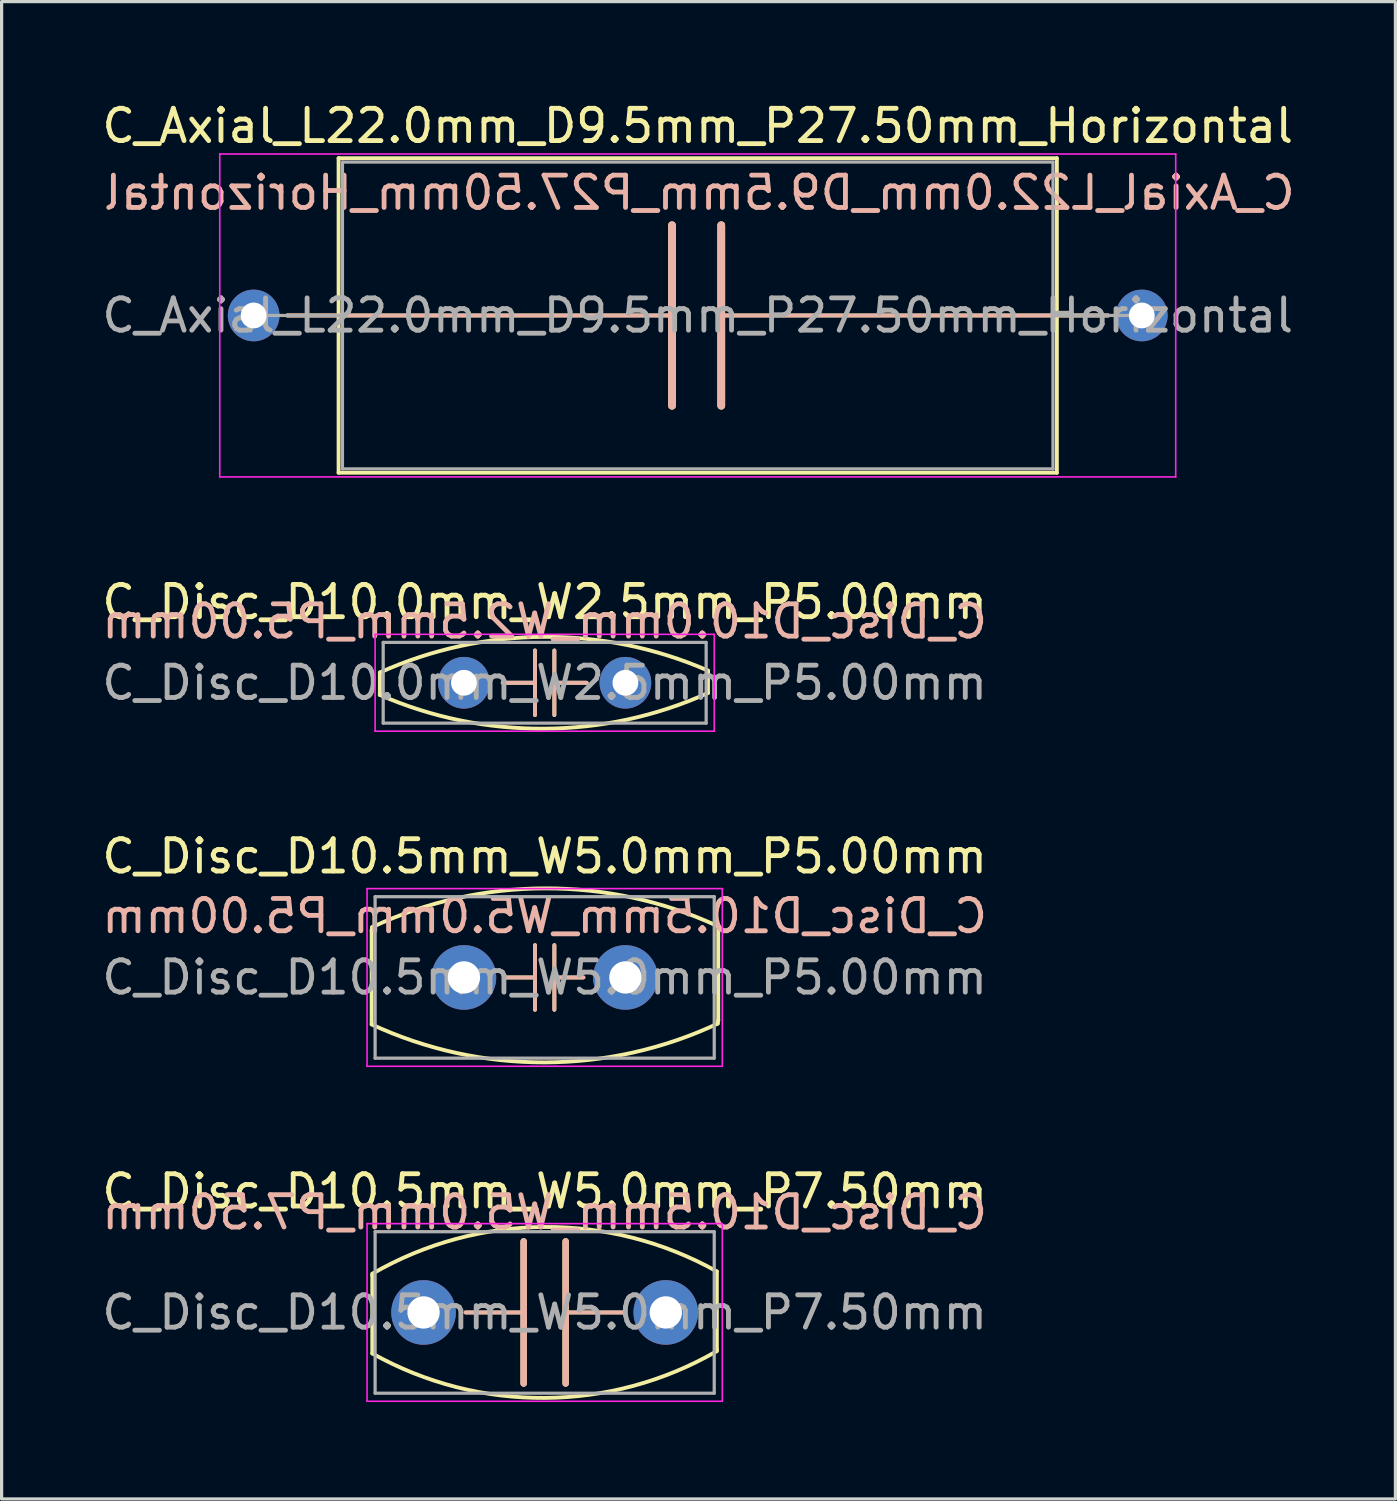
<source format=kicad_pcb>
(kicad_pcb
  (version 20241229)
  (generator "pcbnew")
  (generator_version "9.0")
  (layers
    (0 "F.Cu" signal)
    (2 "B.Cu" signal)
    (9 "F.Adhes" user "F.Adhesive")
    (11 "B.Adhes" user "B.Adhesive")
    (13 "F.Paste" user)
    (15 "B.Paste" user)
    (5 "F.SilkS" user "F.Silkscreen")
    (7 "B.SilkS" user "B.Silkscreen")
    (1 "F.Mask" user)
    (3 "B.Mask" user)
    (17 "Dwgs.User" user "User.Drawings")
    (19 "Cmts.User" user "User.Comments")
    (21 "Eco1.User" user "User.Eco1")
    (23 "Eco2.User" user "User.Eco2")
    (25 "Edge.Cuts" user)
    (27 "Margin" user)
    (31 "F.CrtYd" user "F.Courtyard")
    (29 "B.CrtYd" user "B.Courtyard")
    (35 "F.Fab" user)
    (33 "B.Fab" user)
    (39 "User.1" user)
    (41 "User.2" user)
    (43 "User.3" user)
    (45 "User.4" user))
  (footprint "C_Disc_D10.5mm_W5.0mm_P7.50mm"
    (layer "F.Cu")
    (at 10.065 37.588)
    (property "Reference" "C_Disc_D10.5mm_W5.0mm_P7.50mm" (at 3.75 -3.75 0) (layer "F.SilkS") (effects (font (size 1 1) (thickness 0.15))))
    (fp_line (start -1.587 -1.143) (end -1.584 -1.2) (stroke (width 0.12) (type solid)) (layer "F.SilkS"))
    (fp_line (start -1.587 1.27) (end -1.587 -1.143) (stroke (width 0.12) (type solid)) (layer "F.SilkS"))
    (fp_line (start 1.3 0) (end 3.1 0) (stroke (width 0.12) (type solid)) (layer "F.SilkS"))
    (fp_line (start 3.1 0) (end 3.1 -2.2) (stroke (width 0.2) (type solid)) (layer "F.SilkS"))
    (fp_line (start 3.1 0) (end 3.1 2.2) (stroke (width 0.2) (type solid)) (layer "F.SilkS"))
    (fp_line (start 4.4 0) (end 4.4 -2.2) (stroke (width 0.2) (type solid)) (layer "F.SilkS"))
    (fp_line (start 4.4 0) (end 4.4 2.2) (stroke (width 0.2) (type solid)) (layer "F.SilkS"))
    (fp_line (start 4.4 0) (end 6.2 0) (stroke (width 0.12) (type solid)) (layer "F.SilkS"))
    (fp_line (start 9.081 -1.27) (end 9.081 1.143) (stroke (width 0.12) (type solid)) (layer "F.SilkS"))
    (fp_line (start 9.081 1.143) (end 9.077 1.2) (stroke (width 0.12) (type solid)) (layer "F.SilkS"))
    (fp_arc (start -1.583661 -1.19986) (mid 3.739134 -2.646764) (end 9.0805 -1.27) (stroke (width 0.12) (type solid)) (layer "F.SilkS"))
    (fp_arc (start 9.076661 1.19986) (mid 3.753866 2.646764) (end -1.5875 1.27) (stroke (width 0.12) (type solid)) (layer "F.SilkS"))
    (fp_line (start 1.3 0) (end 3.048 0) (stroke (width 0.12) (type solid)) (layer "B.SilkS"))
    (fp_line (start 3.1 0) (end 3.1 -2.2) (stroke (width 0.2) (type solid)) (layer "B.SilkS"))
    (fp_line (start 3.1 0) (end 3.1 2.2) (stroke (width 0.2) (type solid)) (layer "B.SilkS"))
    (fp_line (start 4.4 0) (end 4.4 -2.2) (stroke (width 0.2) (type solid)) (layer "B.SilkS"))
    (fp_line (start 4.4 0) (end 4.4 2.2) (stroke (width 0.2) (type solid)) (layer "B.SilkS"))
    (fp_line (start 4.445 0) (end 6.2 0) (stroke (width 0.12) (type solid)) (layer "B.SilkS"))
    (fp_line (start -1.75 -2.75) (end -1.75 2.75) (stroke (width 0.05) (type solid)) (layer "F.CrtYd"))
    (fp_line (start -1.75 2.75) (end 9.25 2.75) (stroke (width 0.05) (type solid)) (layer "F.CrtYd"))
    (fp_line (start 9.25 -2.75) (end -1.75 -2.75) (stroke (width 0.05) (type solid)) (layer "F.CrtYd"))
    (fp_line (start 9.25 2.75) (end 9.25 -2.75) (stroke (width 0.05) (type solid)) (layer "F.CrtYd"))
    (fp_line (start -1.5 -2.5) (end -1.5 2.5) (stroke (width 0.1) (type solid)) (layer "F.Fab"))
    (fp_line (start -1.5 2.5) (end 9 2.5) (stroke (width 0.1) (type solid)) (layer "F.Fab"))
    (fp_line (start 9 -2.5) (end -1.5 -2.5) (stroke (width 0.1) (type solid)) (layer "F.Fab"))
    (fp_line (start 9 2.5) (end 9 -2.5) (stroke (width 0.1) (type solid)) (layer "F.Fab"))
    (fp_text user "${REFERENCE}" (at 3.75 -3.1 0) (layer "B.SilkS") (effects (font (size 1 1) (thickness 0.15)) (justify mirror)))
    (fp_text user "${REFERENCE}" (at 3.75 0 0) (layer "F.Fab") (effects (font (size 1 1) (thickness 0.15))))
    (pad "1" thru_hole circle (at 0 0) (size 2 2) (drill 1) (layers "*.Cu" "*.Mask"))
    (pad "2" thru_hole circle (at 7.5 0) (size 2 2) (drill 1) (layers "*.Cu" "*.Mask")))
  (footprint "C_Axial_L22.0mm_D9.5mm_P27.50mm_Horizontal"
    (layer "F.Cu")
    (at 4.804 6.718)
    (property "Reference" "C_Axial_L22.0mm_D9.5mm_P27.50mm_Horizontal" (at 13.75 -5.87 0) (layer "F.SilkS") (effects (font (size 1 1) (thickness 0.15))))
    (fp_line (start 1.04 0) (end 2.63 0) (stroke (width 0.12) (type solid)) (layer "F.SilkS"))
    (fp_line (start 2.63 -4.87) (end 2.63 4.87) (stroke (width 0.12) (type solid)) (layer "F.SilkS"))
    (fp_line (start 2.63 0) (end 12.954 0) (stroke (width 0.12) (type solid)) (layer "F.SilkS"))
    (fp_line (start 2.63 4.87) (end 24.87 4.87) (stroke (width 0.12) (type solid)) (layer "F.SilkS"))
    (fp_line (start 12.954 -2.794) (end 12.954 2.794) (stroke (width 0.24) (type solid)) (layer "F.SilkS"))
    (fp_line (start 14.478 2.794) (end 14.478 -2.794) (stroke (width 0.24) (type solid)) (layer "F.SilkS"))
    (fp_line (start 24.87 -4.87) (end 2.63 -4.87) (stroke (width 0.12) (type solid)) (layer "F.SilkS"))
    (fp_line (start 24.87 0) (end 14.478 0) (stroke (width 0.12) (type solid)) (layer "F.SilkS"))
    (fp_line (start 24.87 4.87) (end 24.87 -4.87) (stroke (width 0.12) (type solid)) (layer "F.SilkS"))
    (fp_line (start 26.46 0) (end 24.87 0) (stroke (width 0.12) (type solid)) (layer "F.SilkS"))
    (fp_line (start 1.04 0) (end 2.63 0) (stroke (width 0.12) (type solid)) (layer "B.SilkS"))
    (fp_line (start 2.63 0) (end 12.954 0) (stroke (width 0.12) (type solid)) (layer "B.SilkS"))
    (fp_line (start 12.954 2.794) (end 12.954 -2.794) (stroke (width 0.24) (type solid)) (layer "B.SilkS"))
    (fp_line (start 14.478 -2.794) (end 14.478 2.794) (stroke (width 0.24) (type solid)) (layer "B.SilkS"))
    (fp_line (start 24.87 0) (end 14.478 0) (stroke (width 0.12) (type solid)) (layer "B.SilkS"))
    (fp_line (start 26.46 0) (end 24.87 0) (stroke (width 0.12) (type solid)) (layer "B.SilkS"))
    (fp_line (start -1.05 -5) (end -1.05 5) (stroke (width 0.05) (type solid)) (layer "F.CrtYd"))
    (fp_line (start -1.05 5) (end 28.55 5) (stroke (width 0.05) (type solid)) (layer "F.CrtYd"))
    (fp_line (start 28.55 -5) (end -1.05 -5) (stroke (width 0.05) (type solid)) (layer "F.CrtYd"))
    (fp_line (start 28.55 5) (end 28.55 -5) (stroke (width 0.05) (type solid)) (layer "F.CrtYd"))
    (fp_line (start 0 0) (end 2.75 0) (stroke (width 0.1) (type solid)) (layer "F.Fab"))
    (fp_line (start 2.75 -4.75) (end 2.75 4.75) (stroke (width 0.1) (type solid)) (layer "F.Fab"))
    (fp_line (start 2.75 4.75) (end 24.75 4.75) (stroke (width 0.1) (type solid)) (layer "F.Fab"))
    (fp_line (start 24.75 -4.75) (end 2.75 -4.75) (stroke (width 0.1) (type solid)) (layer "F.Fab"))
    (fp_line (start 24.75 4.75) (end 24.75 -4.75) (stroke (width 0.1) (type solid)) (layer "F.Fab"))
    (fp_line (start 27.5 0) (end 24.75 0) (stroke (width 0.1) (type solid)) (layer "F.Fab"))
    (fp_text user "${REFERENCE}" (at 13.8 -3.8 0) (layer "B.SilkS") (effects (font (size 1 1) (thickness 0.15)) (justify mirror)))
    (fp_text user "${REFERENCE}" (at 13.75 0 0) (layer "F.Fab") (effects (font (size 1 1) (thickness 0.15))))
    (pad "1" thru_hole circle (at 0 0) (size 1.6 1.6) (drill 0.8) (layers "*.Cu" "*.Mask"))
    (pad "2" thru_hole oval (at 27.5 0) (size 1.6 1.6) (drill 0.8) (layers "*.Cu" "*.Mask")))
  (footprint "C_Disc_D10.0mm_W2.5mm_P5.00mm"
    (layer "F.Cu")
    (at 11.315 18.091)
    (property "Reference" "C_Disc_D10.0mm_W2.5mm_P5.00mm" (at 2.5 -2.5 0) (layer "F.SilkS") (effects (font (size 1 1) (thickness 0.15))))
    (fp_line (start -2.603 -0.318) (end -2.603 0.318) (stroke (width 0.12) (type solid)) (layer "F.SilkS"))
    (fp_line (start -2.603 0.318) (end -2.606 0.375) (stroke (width 0.12) (type solid)) (layer "F.SilkS"))
    (fp_line (start 1.2 0) (end 2.2 0) (stroke (width 0.12) (type solid)) (layer "F.SilkS"))
    (fp_line (start 2.2 0) (end 2.2 -1) (stroke (width 0.12) (type solid)) (layer "F.SilkS"))
    (fp_line (start 2.2 0) (end 2.2 1) (stroke (width 0.12) (type solid)) (layer "F.SilkS"))
    (fp_line (start 2.8 -1) (end 2.8 1) (stroke (width 0.12) (type solid)) (layer "F.SilkS"))
    (fp_line (start 2.8 0) (end 3.8 0) (stroke (width 0.12) (type solid)) (layer "F.SilkS"))
    (fp_line (start 7.556 -0.318) (end 7.559 -0.375) (stroke (width 0.12) (type solid)) (layer "F.SilkS"))
    (fp_line (start 7.556 0.318) (end 7.556 -0.318) (stroke (width 0.12) (type solid)) (layer "F.SilkS"))
    (fp_arc (start -2.6035 -0.3175) (mid 2.471769 -1.421854) (end 7.559206 -0.374987) (stroke (width 0.12) (type solid)) (layer "F.SilkS"))
    (fp_arc (start 7.5565 0.3175) (mid 2.481231 1.421854) (end -2.606206 0.374987) (stroke (width 0.12) (type solid)) (layer "F.SilkS"))
    (fp_line (start 1.2 0) (end 2.2 0) (stroke (width 0.12) (type solid)) (layer "B.SilkS"))
    (fp_line (start 2.2 0) (end 2.2 -1) (stroke (width 0.12) (type solid)) (layer "B.SilkS"))
    (fp_line (start 2.2 0) (end 2.2 1) (stroke (width 0.12) (type solid)) (layer "B.SilkS"))
    (fp_line (start 2.8 0) (end 3.8 0) (stroke (width 0.12) (type solid)) (layer "B.SilkS"))
    (fp_line (start 2.8 1) (end 2.8 -1) (stroke (width 0.12) (type solid)) (layer "B.SilkS"))
    (fp_line (start -2.75 -1.5) (end -2.75 1.5) (stroke (width 0.05) (type solid)) (layer "F.CrtYd"))
    (fp_line (start -2.75 1.5) (end 7.75 1.5) (stroke (width 0.05) (type solid)) (layer "F.CrtYd"))
    (fp_line (start 7.75 -1.5) (end -2.75 -1.5) (stroke (width 0.05) (type solid)) (layer "F.CrtYd"))
    (fp_line (start 7.75 1.5) (end 7.75 -1.5) (stroke (width 0.05) (type solid)) (layer "F.CrtYd"))
    (fp_line (start -2.5 -1.25) (end -2.5 1.25) (stroke (width 0.1) (type solid)) (layer "F.Fab"))
    (fp_line (start -2.5 1.25) (end 7.5 1.25) (stroke (width 0.1) (type solid)) (layer "F.Fab"))
    (fp_line (start 7.5 -1.25) (end -2.5 -1.25) (stroke (width 0.1) (type solid)) (layer "F.Fab"))
    (fp_line (start 7.5 1.25) (end 7.5 -1.25) (stroke (width 0.1) (type solid)) (layer "F.Fab"))
    (fp_text user "${REFERENCE}" (at 2.5 -1.9 0) (layer "B.SilkS") (effects (font (size 1 1) (thickness 0.15)) (justify mirror)))
    (fp_text user "${REFERENCE}" (at 2.5 0 0) (layer "F.Fab") (effects (font (size 1 1) (thickness 0.15))))
    (pad "1" thru_hole circle (at 0 0) (size 1.6 1.6) (drill 0.8) (layers "*.Cu" "*.Mask"))
    (pad "2" thru_hole circle (at 5 0) (size 1.6 1.6) (drill 0.8) (layers "*.Cu" "*.Mask")))
  (footprint "C_Disc_D10.5mm_W5.0mm_P5.00mm"
    (layer "F.Cu")
    (at 11.315 27.215)
    (property "Reference" "C_Disc_D10.5mm_W5.0mm_P5.00mm" (at 2.5 -3.75 0) (layer "F.SilkS") (effects (font (size 1 1) (thickness 0.15))))
    (fp_line (start -2.857 -1.46) (end -2.843 -1.556) (stroke (width 0.12) (type solid)) (layer "F.SilkS"))
    (fp_line (start -2.857 1.454) (end -2.857 -1.46) (stroke (width 0.12) (type solid)) (layer "F.SilkS"))
    (fp_line (start 1.3 0) (end 2.2 0) (stroke (width 0.12) (type solid)) (layer "F.SilkS"))
    (fp_line (start 2.2 0) (end 2.2 -1) (stroke (width 0.12) (type solid)) (layer "F.SilkS"))
    (fp_line (start 2.2 0) (end 2.2 1) (stroke (width 0.12) (type solid)) (layer "F.SilkS"))
    (fp_line (start 2.8 -1) (end 2.8 1) (stroke (width 0.12) (type solid)) (layer "F.SilkS"))
    (fp_line (start 2.8 0) (end 3.7 0) (stroke (width 0.12) (type solid)) (layer "F.SilkS"))
    (fp_line (start 7.874 -1.581) (end 7.874 1.333) (stroke (width 0.12) (type solid)) (layer "F.SilkS"))
    (fp_line (start 7.874 1.333) (end 7.859 1.429) (stroke (width 0.12) (type solid)) (layer "F.SilkS"))
    (fp_arc (start -2.842795 -1.556187) (mid 2.512796 -2.757728) (end 7.874 -1.581487) (stroke (width 0.12) (type solid)) (layer "F.SilkS"))
    (fp_arc (start 7.859295 1.429187) (mid 2.503704 2.630728) (end -2.8575 1.454487) (stroke (width 0.12) (type solid)) (layer "F.SilkS"))
    (fp_line (start 1.3 0) (end 2.2 0) (stroke (width 0.12) (type solid)) (layer "B.SilkS"))
    (fp_line (start 2.2 0) (end 2.2 -1) (stroke (width 0.12) (type solid)) (layer "B.SilkS"))
    (fp_line (start 2.2 0) (end 2.2 1) (stroke (width 0.12) (type solid)) (layer "B.SilkS"))
    (fp_line (start 2.8 0) (end 3.7 0) (stroke (width 0.12) (type solid)) (layer "B.SilkS"))
    (fp_line (start 2.8 1) (end 2.8 -1) (stroke (width 0.12) (type solid)) (layer "B.SilkS"))
    (fp_line (start -3 -2.75) (end -3 2.75) (stroke (width 0.05) (type solid)) (layer "F.CrtYd"))
    (fp_line (start -3 2.75) (end 8 2.75) (stroke (width 0.05) (type solid)) (layer "F.CrtYd"))
    (fp_line (start 8 -2.75) (end -3 -2.75) (stroke (width 0.05) (type solid)) (layer "F.CrtYd"))
    (fp_line (start 8 2.75) (end 8 -2.75) (stroke (width 0.05) (type solid)) (layer "F.CrtYd"))
    (fp_line (start -2.75 -2.5) (end -2.75 2.5) (stroke (width 0.1) (type solid)) (layer "F.Fab"))
    (fp_line (start -2.75 2.5) (end 7.75 2.5) (stroke (width 0.1) (type solid)) (layer "F.Fab"))
    (fp_line (start 7.75 -2.5) (end -2.75 -2.5) (stroke (width 0.1) (type solid)) (layer "F.Fab"))
    (fp_line (start 7.75 2.5) (end 7.75 -2.5) (stroke (width 0.1) (type solid)) (layer "F.Fab"))
    (fp_text user "${REFERENCE}" (at 2.5 -1.9 0) (layer "B.SilkS") (effects (font (size 1 1) (thickness 0.15)) (justify mirror)))
    (fp_text user "${REFERENCE}" (at 2.5 0 0) (layer "F.Fab") (effects (font (size 1 1) (thickness 0.15))))
    (pad "1" thru_hole circle (at 0 0) (size 2 2) (drill 1) (layers "*.Cu" "*.Mask"))
    (pad "2" thru_hole circle (at 5 0) (size 2 2) (drill 1) (layers "*.Cu" "*.Mask")))
  (gr_rect
    (start -3 -3)
    (end 40.157 43.363)
    (stroke (width 0.1) (type default))
    (fill no)
    (layer "Edge.Cuts")))
</source>
